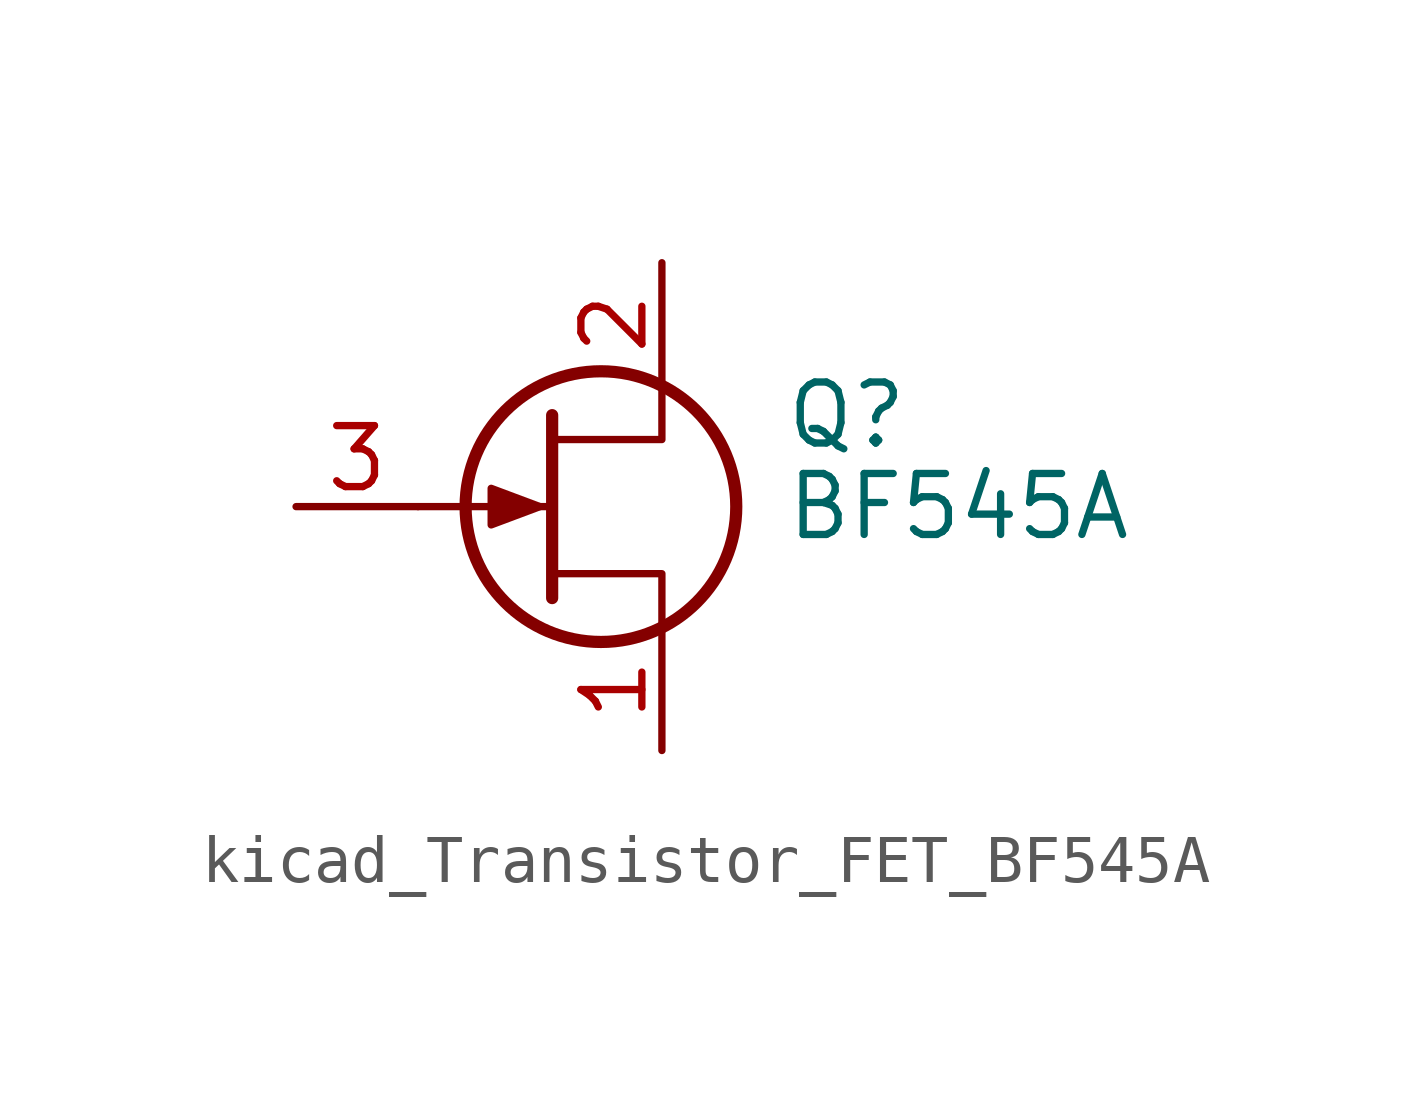
<source format=kicad_sym>
(kicad_symbol_lib
  (version 20220914)
  (generator kicad_symbol_editor)
  (symbol "kicad_Transistor_FET_BF545A"
    (pin_names hide)
    (property "Reference" "Q"
      (at 5.08 1.905 0)
      (effects (font (size 1.27 1.27)) (justify left)))
    (property "Value" "BF545A"
      (at 5.08 0 0)
      (effects (font (size 1.27 1.27)) (justify left)))
    (symbol "kicad_Transistor_FET_BF545A_0_1"
      (polyline (pts (xy 0.254 0) (xy -2.54 0)) (stroke (width 0) (type default)) (fill (type none)))
      (polyline (pts (xy 0.254 1.905) (xy 0.254 -1.905)) (stroke (width 0.254) (type default)) (fill (type none)))
      (polyline (pts (xy 2.54 -2.54) (xy 2.54 -1.397) (xy 0.254 -1.397)) (stroke (width 0) (type default)) (fill (type none)))
      (polyline (pts (xy 2.54 2.54) (xy 2.54 1.397) (xy 0.254 1.397)) (stroke (width 0) (type default)) (fill (type none)))
      (polyline (pts (xy 0 0) (xy -1.016 0.381) (xy -1.016 -0.381) (xy 0 0)) (stroke (width 0) (type default)) (fill (type outline)))
      (circle (center 1.27 0) (radius 2.819) (stroke (width 0.254) (type default)) (fill (type none))))
    (symbol "kicad_Transistor_FET_BF545A_1_1"
      (pin passive line (at 2.54 -5.08 90) (length 2.54) (name "S" (effects (font (size 1.27 1.27)))) (number "1" (effects (font (size 1.27 1.27)))))
      (pin passive line (at 2.54 5.08 270) (length 2.54) (name "D" (effects (font (size 1.27 1.27)))) (number "2" (effects (font (size 1.27 1.27)))))
      (pin input line (at -5.08 0 0) (length 2.54) (name "G" (effects (font (size 1.27 1.27)))) (number "3" (effects (font (size 1.27 1.27))))))))
</source>
